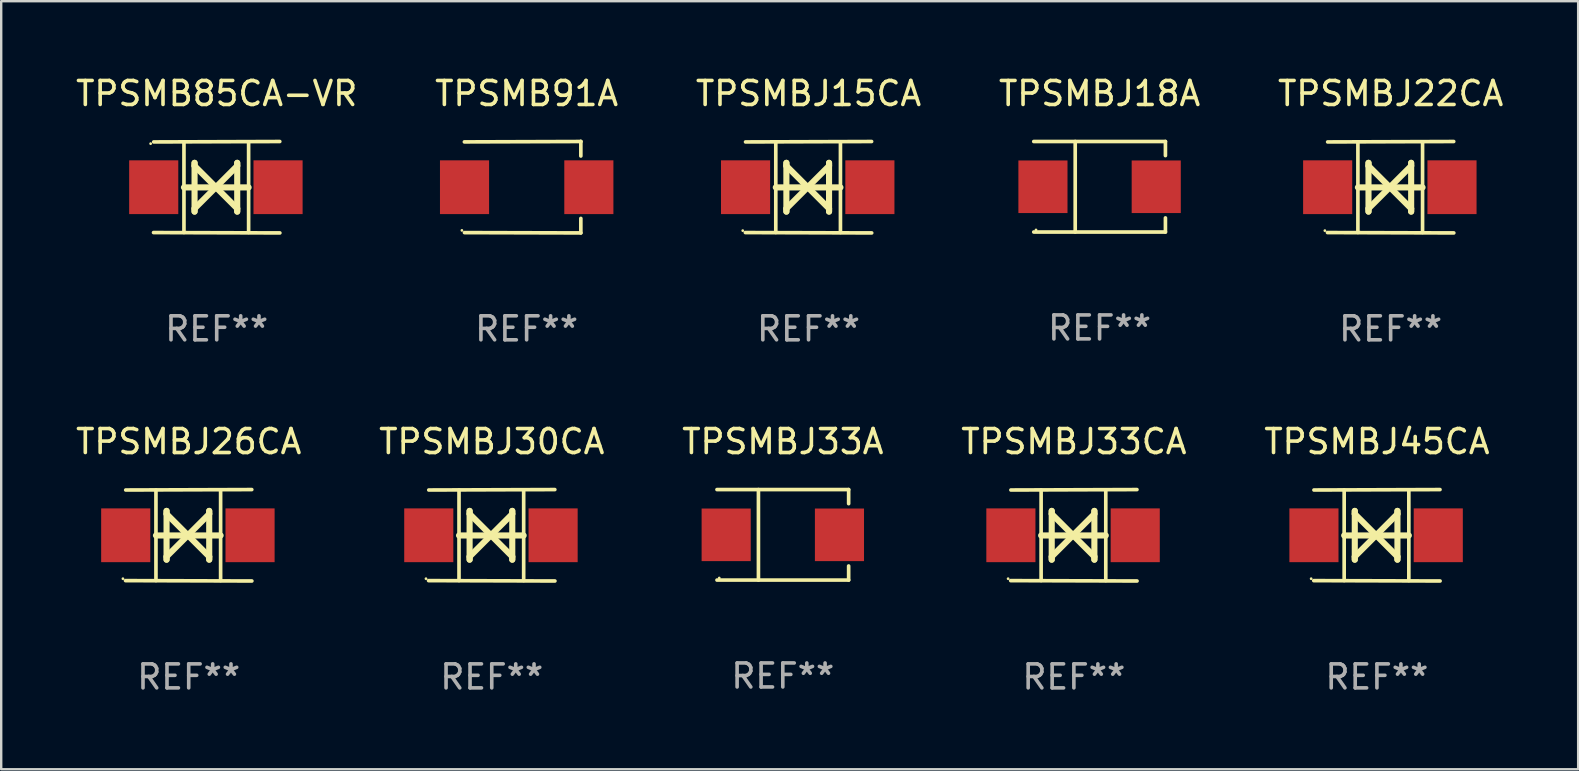
<source format=kicad_pcb>
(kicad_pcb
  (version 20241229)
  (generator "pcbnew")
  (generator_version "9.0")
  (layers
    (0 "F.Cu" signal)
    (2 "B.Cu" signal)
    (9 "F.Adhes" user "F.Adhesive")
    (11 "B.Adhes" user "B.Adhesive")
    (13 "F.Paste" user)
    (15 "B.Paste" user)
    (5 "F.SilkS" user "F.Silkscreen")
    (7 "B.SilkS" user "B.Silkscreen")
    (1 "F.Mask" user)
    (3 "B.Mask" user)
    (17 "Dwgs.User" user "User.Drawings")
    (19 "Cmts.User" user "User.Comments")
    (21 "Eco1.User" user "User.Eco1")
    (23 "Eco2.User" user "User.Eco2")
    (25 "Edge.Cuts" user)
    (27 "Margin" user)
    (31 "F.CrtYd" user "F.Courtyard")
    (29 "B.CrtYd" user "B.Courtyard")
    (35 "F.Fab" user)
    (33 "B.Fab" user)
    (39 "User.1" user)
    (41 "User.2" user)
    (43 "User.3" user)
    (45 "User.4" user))
  (footprint "TPSMBJ22CA"
    (layer "F.Cu")
    (at 54.911 4.753)
    (property "Reference" "TPSMBJ22CA" (at 0 -3.905 0) (layer "F.SilkS") (effects (font (size 1 1) (thickness 0.15))))
    (attr through_hole)
    (fp_line (start -1.365 1.886) (end -1.365 -1.886) (stroke (width 0.152) (type solid)) (layer "F.SilkS"))
    (fp_line (start -1.365 0.008) (end 1.33 0.008) (stroke (width 0.254) (type solid)) (layer "F.SilkS"))
    (fp_line (start -0.923 -1.016) (end -0.923 1.016) (stroke (width 0.254) (type solid)) (layer "F.SilkS"))
    (fp_line (start -0.923 -0.889) (end -0.923 -1.016) (stroke (width 0.254) (type solid)) (layer "F.SilkS"))
    (fp_line (start -0.923 0.889) (end -0.034 0) (stroke (width 0.254) (type solid)) (layer "F.SilkS"))
    (fp_line (start -0.923 1.016) (end -0.923 0.889) (stroke (width 0.254) (type solid)) (layer "F.SilkS"))
    (fp_line (start -0.034 0) (end -0.923 -0.889) (stroke (width 0.254) (type solid)) (layer "F.SilkS"))
    (fp_line (start -0.034 0) (end 0.855 0.889) (stroke (width 0.254) (type solid)) (layer "F.SilkS"))
    (fp_line (start 0.855 -1.016) (end 0.855 -0.889) (stroke (width 0.254) (type solid)) (layer "F.SilkS"))
    (fp_line (start 0.855 -0.889) (end -0.034 0) (stroke (width 0.254) (type solid)) (layer "F.SilkS"))
    (fp_line (start 0.855 0.889) (end 0.855 1.016) (stroke (width 0.254) (type solid)) (layer "F.SilkS"))
    (fp_line (start 0.855 1.016) (end 0.855 -1.016) (stroke (width 0.254) (type solid)) (layer "F.SilkS"))
    (fp_line (start 1.33 1.886) (end 1.33 -1.886) (stroke (width 0.152) (type solid)) (layer "F.SilkS"))
    (fp_line (start 2.629 -1.905) (end -2.625 -1.887) (stroke (width 0.152) (type solid)) (layer "F.SilkS"))
    (fp_line (start 2.633 1.905) (end -2.633 1.89) (stroke (width 0.152) (type solid)) (layer "F.SilkS"))
    (fp_circle (center -2.741 1.81) (end -2.711 1.81) (stroke (width 0.06) (type solid)) (fill no) (layer "F.SilkS"))
    (fp_text user "REF**" (at 0 5.905 0) (layer "F.Fab") (effects (font (size 1 1) (thickness 0.15))))
    (pad "1" smd rect (at -2.625 0) (size 2.047 2.241) (layers "F.Cu" "F.Mask" "F.Paste"))
    (pad "2" smd rect (at 2.557 0) (size 2.047 2.241) (layers "F.Cu" "F.Mask" "F.Paste")))
  (footprint "TPSMBJ33CA"
    (layer "F.Cu")
    (at 41.708 19.26)
    (property "Reference" "TPSMBJ33CA" (at 0 -3.905 0) (layer "F.SilkS") (effects (font (size 1 1) (thickness 0.15))))
    (attr through_hole)
    (fp_line (start -1.365 1.886) (end -1.365 -1.886) (stroke (width 0.152) (type solid)) (layer "F.SilkS"))
    (fp_line (start -1.365 0.008) (end 1.33 0.008) (stroke (width 0.254) (type solid)) (layer "F.SilkS"))
    (fp_line (start -0.923 -1.016) (end -0.923 1.016) (stroke (width 0.254) (type solid)) (layer "F.SilkS"))
    (fp_line (start -0.923 -0.889) (end -0.923 -1.016) (stroke (width 0.254) (type solid)) (layer "F.SilkS"))
    (fp_line (start -0.923 0.889) (end -0.034 0) (stroke (width 0.254) (type solid)) (layer "F.SilkS"))
    (fp_line (start -0.923 1.016) (end -0.923 0.889) (stroke (width 0.254) (type solid)) (layer "F.SilkS"))
    (fp_line (start -0.034 0) (end -0.923 -0.889) (stroke (width 0.254) (type solid)) (layer "F.SilkS"))
    (fp_line (start -0.034 0) (end 0.855 0.889) (stroke (width 0.254) (type solid)) (layer "F.SilkS"))
    (fp_line (start 0.855 -1.016) (end 0.855 -0.889) (stroke (width 0.254) (type solid)) (layer "F.SilkS"))
    (fp_line (start 0.855 -0.889) (end -0.034 0) (stroke (width 0.254) (type solid)) (layer "F.SilkS"))
    (fp_line (start 0.855 0.889) (end 0.855 1.016) (stroke (width 0.254) (type solid)) (layer "F.SilkS"))
    (fp_line (start 0.855 1.016) (end 0.855 -1.016) (stroke (width 0.254) (type solid)) (layer "F.SilkS"))
    (fp_line (start 1.33 1.886) (end 1.33 -1.886) (stroke (width 0.152) (type solid)) (layer "F.SilkS"))
    (fp_line (start 2.629 -1.905) (end -2.625 -1.887) (stroke (width 0.152) (type solid)) (layer "F.SilkS"))
    (fp_line (start 2.633 1.905) (end -2.633 1.89) (stroke (width 0.152) (type solid)) (layer "F.SilkS"))
    (fp_circle (center -2.741 1.81) (end -2.711 1.81) (stroke (width 0.06) (type solid)) (fill no) (layer "F.SilkS"))
    (fp_text user "REF**" (at 0 5.905 0) (layer "F.Fab") (effects (font (size 1 1) (thickness 0.15))))
    (pad "1" smd rect (at -2.625 0) (size 2.047 2.241) (layers "F.Cu" "F.Mask" "F.Paste"))
    (pad "2" smd rect (at 2.557 0) (size 2.047 2.241) (layers "F.Cu" "F.Mask" "F.Paste")))
  (footprint "TPSMBJ26CA"
    (layer "F.Cu")
    (at 4.815 19.26)
    (property "Reference" "TPSMBJ26CA" (at 0 -3.905 0) (layer "F.SilkS") (effects (font (size 1 1) (thickness 0.15))))
    (attr through_hole)
    (fp_line (start -1.365 1.886) (end -1.365 -1.886) (stroke (width 0.152) (type solid)) (layer "F.SilkS"))
    (fp_line (start -1.365 0.008) (end 1.33 0.008) (stroke (width 0.254) (type solid)) (layer "F.SilkS"))
    (fp_line (start -0.923 -1.016) (end -0.923 1.016) (stroke (width 0.254) (type solid)) (layer "F.SilkS"))
    (fp_line (start -0.923 -0.889) (end -0.923 -1.016) (stroke (width 0.254) (type solid)) (layer "F.SilkS"))
    (fp_line (start -0.923 0.889) (end -0.034 0) (stroke (width 0.254) (type solid)) (layer "F.SilkS"))
    (fp_line (start -0.923 1.016) (end -0.923 0.889) (stroke (width 0.254) (type solid)) (layer "F.SilkS"))
    (fp_line (start -0.034 0) (end -0.923 -0.889) (stroke (width 0.254) (type solid)) (layer "F.SilkS"))
    (fp_line (start -0.034 0) (end 0.855 0.889) (stroke (width 0.254) (type solid)) (layer "F.SilkS"))
    (fp_line (start 0.855 -1.016) (end 0.855 -0.889) (stroke (width 0.254) (type solid)) (layer "F.SilkS"))
    (fp_line (start 0.855 -0.889) (end -0.034 0) (stroke (width 0.254) (type solid)) (layer "F.SilkS"))
    (fp_line (start 0.855 0.889) (end 0.855 1.016) (stroke (width 0.254) (type solid)) (layer "F.SilkS"))
    (fp_line (start 0.855 1.016) (end 0.855 -1.016) (stroke (width 0.254) (type solid)) (layer "F.SilkS"))
    (fp_line (start 1.33 1.886) (end 1.33 -1.886) (stroke (width 0.152) (type solid)) (layer "F.SilkS"))
    (fp_line (start 2.629 -1.905) (end -2.625 -1.887) (stroke (width 0.152) (type solid)) (layer "F.SilkS"))
    (fp_line (start 2.633 1.905) (end -2.633 1.89) (stroke (width 0.152) (type solid)) (layer "F.SilkS"))
    (fp_circle (center -2.741 1.81) (end -2.711 1.81) (stroke (width 0.06) (type solid)) (fill no) (layer "F.SilkS"))
    (fp_text user "REF**" (at 0 5.905 0) (layer "F.Fab") (effects (font (size 1 1) (thickness 0.15))))
    (pad "1" smd rect (at -2.625 0) (size 2.047 2.241) (layers "F.Cu" "F.Mask" "F.Paste"))
    (pad "2" smd rect (at 2.557 0) (size 2.047 2.241) (layers "F.Cu" "F.Mask" "F.Paste")))
  (footprint "TPSMBJ45CA"
    (layer "F.Cu")
    (at 54.339 19.26)
    (property "Reference" "TPSMBJ45CA" (at 0 -3.905 0) (layer "F.SilkS") (effects (font (size 1 1) (thickness 0.15))))
    (attr through_hole)
    (fp_line (start -1.365 1.886) (end -1.365 -1.886) (stroke (width 0.152) (type solid)) (layer "F.SilkS"))
    (fp_line (start -1.365 0.008) (end 1.33 0.008) (stroke (width 0.254) (type solid)) (layer "F.SilkS"))
    (fp_line (start -0.923 -1.016) (end -0.923 1.016) (stroke (width 0.254) (type solid)) (layer "F.SilkS"))
    (fp_line (start -0.923 -0.889) (end -0.923 -1.016) (stroke (width 0.254) (type solid)) (layer "F.SilkS"))
    (fp_line (start -0.923 0.889) (end -0.034 0) (stroke (width 0.254) (type solid)) (layer "F.SilkS"))
    (fp_line (start -0.923 1.016) (end -0.923 0.889) (stroke (width 0.254) (type solid)) (layer "F.SilkS"))
    (fp_line (start -0.034 0) (end -0.923 -0.889) (stroke (width 0.254) (type solid)) (layer "F.SilkS"))
    (fp_line (start -0.034 0) (end 0.855 0.889) (stroke (width 0.254) (type solid)) (layer "F.SilkS"))
    (fp_line (start 0.855 -1.016) (end 0.855 -0.889) (stroke (width 0.254) (type solid)) (layer "F.SilkS"))
    (fp_line (start 0.855 -0.889) (end -0.034 0) (stroke (width 0.254) (type solid)) (layer "F.SilkS"))
    (fp_line (start 0.855 0.889) (end 0.855 1.016) (stroke (width 0.254) (type solid)) (layer "F.SilkS"))
    (fp_line (start 0.855 1.016) (end 0.855 -1.016) (stroke (width 0.254) (type solid)) (layer "F.SilkS"))
    (fp_line (start 1.33 1.886) (end 1.33 -1.886) (stroke (width 0.152) (type solid)) (layer "F.SilkS"))
    (fp_line (start 2.629 -1.905) (end -2.625 -1.887) (stroke (width 0.152) (type solid)) (layer "F.SilkS"))
    (fp_line (start 2.633 1.905) (end -2.633 1.89) (stroke (width 0.152) (type solid)) (layer "F.SilkS"))
    (fp_circle (center -2.741 1.81) (end -2.711 1.81) (stroke (width 0.06) (type solid)) (fill no) (layer "F.SilkS"))
    (fp_text user "REF**" (at 0 5.905 0) (layer "F.Fab") (effects (font (size 1 1) (thickness 0.15))))
    (pad "1" smd rect (at -2.625 0) (size 2.047 2.241) (layers "F.Cu" "F.Mask" "F.Paste"))
    (pad "2" smd rect (at 2.557 0) (size 2.047 2.241) (layers "F.Cu" "F.Mask" "F.Paste")))
  (footprint "TPSMBJ33A"
    (layer "F.Cu")
    (at 29.577 19.241)
    (property "Reference" "TPSMBJ33A" (at 0 -3.886 0) (layer "F.SilkS") (effects (font (size 1 1) (thickness 0.15))))
    (attr through_hole)
    (fp_line (start -2.744 -1.886) (end 2.744 -1.886) (stroke (width 0.152) (type solid)) (layer "F.SilkS"))
    (fp_line (start -2.744 1.886) (end 2.744 1.886) (stroke (width 0.152) (type solid)) (layer "F.SilkS"))
    (fp_line (start -1.016 -1.886) (end -1.016 1.886) (stroke (width 0.152) (type solid)) (layer "F.SilkS"))
    (fp_line (start 2.744 -1.886) (end 2.744 -1.299) (stroke (width 0.152) (type solid)) (layer "F.SilkS"))
    (fp_line (start 2.744 1.886) (end 2.744 1.299) (stroke (width 0.152) (type solid)) (layer "F.SilkS"))
    (fp_circle (center -2.65 1.8) (end -2.62 1.8) (stroke (width 0.06) (type solid)) (fill no) (layer "F.SilkS"))
    (fp_text user "REF**" (at 0 5.886 0) (layer "F.Fab") (effects (font (size 1 1) (thickness 0.15))))
    (pad "1" smd rect (at -2.361 0) (size 2.047 2.192) (layers "F.Cu" "F.Mask" "F.Paste"))
    (pad "2" smd rect (at 2.361 0) (size 2.047 2.192) (layers "F.Cu" "F.Mask" "F.Paste")))
  (footprint "TPSMBJ30CA"
    (layer "F.Cu")
    (at 17.446 19.26)
    (property "Reference" "TPSMBJ30CA" (at 0 -3.905 0) (layer "F.SilkS") (effects (font (size 1 1) (thickness 0.15))))
    (attr through_hole)
    (fp_line (start -1.365 1.886) (end -1.365 -1.886) (stroke (width 0.152) (type solid)) (layer "F.SilkS"))
    (fp_line (start -1.365 0.008) (end 1.33 0.008) (stroke (width 0.254) (type solid)) (layer "F.SilkS"))
    (fp_line (start -0.923 -1.016) (end -0.923 1.016) (stroke (width 0.254) (type solid)) (layer "F.SilkS"))
    (fp_line (start -0.923 -0.889) (end -0.923 -1.016) (stroke (width 0.254) (type solid)) (layer "F.SilkS"))
    (fp_line (start -0.923 0.889) (end -0.034 0) (stroke (width 0.254) (type solid)) (layer "F.SilkS"))
    (fp_line (start -0.923 1.016) (end -0.923 0.889) (stroke (width 0.254) (type solid)) (layer "F.SilkS"))
    (fp_line (start -0.034 0) (end -0.923 -0.889) (stroke (width 0.254) (type solid)) (layer "F.SilkS"))
    (fp_line (start -0.034 0) (end 0.855 0.889) (stroke (width 0.254) (type solid)) (layer "F.SilkS"))
    (fp_line (start 0.855 -1.016) (end 0.855 -0.889) (stroke (width 0.254) (type solid)) (layer "F.SilkS"))
    (fp_line (start 0.855 -0.889) (end -0.034 0) (stroke (width 0.254) (type solid)) (layer "F.SilkS"))
    (fp_line (start 0.855 0.889) (end 0.855 1.016) (stroke (width 0.254) (type solid)) (layer "F.SilkS"))
    (fp_line (start 0.855 1.016) (end 0.855 -1.016) (stroke (width 0.254) (type solid)) (layer "F.SilkS"))
    (fp_line (start 1.33 1.886) (end 1.33 -1.886) (stroke (width 0.152) (type solid)) (layer "F.SilkS"))
    (fp_line (start 2.629 -1.905) (end -2.625 -1.887) (stroke (width 0.152) (type solid)) (layer "F.SilkS"))
    (fp_line (start 2.633 1.905) (end -2.633 1.89) (stroke (width 0.152) (type solid)) (layer "F.SilkS"))
    (fp_circle (center -2.741 1.81) (end -2.711 1.81) (stroke (width 0.06) (type solid)) (fill no) (layer "F.SilkS"))
    (fp_text user "REF**" (at 0 5.905 0) (layer "F.Fab") (effects (font (size 1 1) (thickness 0.15))))
    (pad "1" smd rect (at -2.625 0) (size 2.047 2.241) (layers "F.Cu" "F.Mask" "F.Paste"))
    (pad "2" smd rect (at 2.557 0) (size 2.047 2.241) (layers "F.Cu" "F.Mask" "F.Paste")))
  (footprint "TPSMBJ15CA"
    (layer "F.Cu")
    (at 30.649 4.753)
    (property "Reference" "TPSMBJ15CA" (at 0 -3.905 0) (layer "F.SilkS") (effects (font (size 1 1) (thickness 0.15))))
    (attr through_hole)
    (fp_line (start -1.365 1.886) (end -1.365 -1.886) (stroke (width 0.152) (type solid)) (layer "F.SilkS"))
    (fp_line (start -1.365 0.008) (end 1.33 0.008) (stroke (width 0.254) (type solid)) (layer "F.SilkS"))
    (fp_line (start -0.923 -1.016) (end -0.923 1.016) (stroke (width 0.254) (type solid)) (layer "F.SilkS"))
    (fp_line (start -0.923 -0.889) (end -0.923 -1.016) (stroke (width 0.254) (type solid)) (layer "F.SilkS"))
    (fp_line (start -0.923 0.889) (end -0.034 0) (stroke (width 0.254) (type solid)) (layer "F.SilkS"))
    (fp_line (start -0.923 1.016) (end -0.923 0.889) (stroke (width 0.254) (type solid)) (layer "F.SilkS"))
    (fp_line (start -0.034 0) (end -0.923 -0.889) (stroke (width 0.254) (type solid)) (layer "F.SilkS"))
    (fp_line (start -0.034 0) (end 0.855 0.889) (stroke (width 0.254) (type solid)) (layer "F.SilkS"))
    (fp_line (start 0.855 -1.016) (end 0.855 -0.889) (stroke (width 0.254) (type solid)) (layer "F.SilkS"))
    (fp_line (start 0.855 -0.889) (end -0.034 0) (stroke (width 0.254) (type solid)) (layer "F.SilkS"))
    (fp_line (start 0.855 0.889) (end 0.855 1.016) (stroke (width 0.254) (type solid)) (layer "F.SilkS"))
    (fp_line (start 0.855 1.016) (end 0.855 -1.016) (stroke (width 0.254) (type solid)) (layer "F.SilkS"))
    (fp_line (start 1.33 1.886) (end 1.33 -1.886) (stroke (width 0.152) (type solid)) (layer "F.SilkS"))
    (fp_line (start 2.629 -1.905) (end -2.625 -1.887) (stroke (width 0.152) (type solid)) (layer "F.SilkS"))
    (fp_line (start 2.633 1.905) (end -2.633 1.89) (stroke (width 0.152) (type solid)) (layer "F.SilkS"))
    (fp_circle (center -2.741 1.81) (end -2.711 1.81) (stroke (width 0.06) (type solid)) (fill no) (layer "F.SilkS"))
    (fp_text user "REF**" (at 0 5.905 0) (layer "F.Fab") (effects (font (size 1 1) (thickness 0.15))))
    (pad "1" smd rect (at -2.625 0) (size 2.047 2.241) (layers "F.Cu" "F.Mask" "F.Paste"))
    (pad "2" smd rect (at 2.557 0) (size 2.047 2.241) (layers "F.Cu" "F.Mask" "F.Paste")))
  (footprint "TPSMB91A"
    (layer "F.Cu")
    (at 18.899 4.753)
    (property "Reference" "TPSMB91A" (at 0 -3.905 0) (layer "F.SilkS") (effects (font (size 1 1) (thickness 0.15))))
    (attr through_hole)
    (fp_line (start 2.256 -1.905) (end -2.594 -1.889) (stroke (width 0.152) (type solid)) (layer "F.SilkS"))
    (fp_line (start 2.256 -1.905) (end 2.26 -1.905) (stroke (width 0.152) (type solid)) (layer "F.SilkS"))
    (fp_line (start 2.26 -1.905) (end 2.26 -1.301) (stroke (width 0.152) (type solid)) (layer "F.SilkS"))
    (fp_line (start 2.26 1.301) (end 2.26 1.905) (stroke (width 0.152) (type solid)) (layer "F.SilkS"))
    (fp_line (start 2.26 1.905) (end -2.59 1.892) (stroke (width 0.152) (type solid)) (layer "F.SilkS"))
    (fp_circle (center -2.697 1.8) (end -2.667 1.8) (stroke (width 0.06) (type solid)) (fill no) (layer "F.SilkS"))
    (fp_text user "REF**" (at 0 5.905 0) (layer "F.Fab") (effects (font (size 1 1) (thickness 0.15))))
    (pad "1" smd rect (at -2.588 0) (size 2.047 2.241) (layers "F.Cu" "F.Mask" "F.Paste"))
    (pad "2" smd rect (at 2.594 0) (size 2.047 2.241) (layers "F.Cu" "F.Mask" "F.Paste")))
  (footprint "TPSMB85CA-VR"
    (layer "F.Cu")
    (at 5.982 4.753)
    (property "Reference" "TPSMB85CA-VR" (at 0 -3.905 0) (layer "F.SilkS") (effects (font (size 1 1) (thickness 0.15))))
    (attr through_hole)
    (fp_line (start -1.365 1.886) (end -1.365 -1.886) (stroke (width 0.152) (type solid)) (layer "F.SilkS"))
    (fp_line (start -1.365 0.008) (end 1.33 0.008) (stroke (width 0.254) (type solid)) (layer "F.SilkS"))
    (fp_line (start -0.923 -1.016) (end -0.923 1.016) (stroke (width 0.254) (type solid)) (layer "F.SilkS"))
    (fp_line (start -0.923 -0.889) (end -0.923 -1.016) (stroke (width 0.254) (type solid)) (layer "F.SilkS"))
    (fp_line (start -0.923 0.889) (end -0.034 0) (stroke (width 0.254) (type solid)) (layer "F.SilkS"))
    (fp_line (start -0.923 1.016) (end -0.923 0.889) (stroke (width 0.254) (type solid)) (layer "F.SilkS"))
    (fp_line (start -0.034 0) (end -0.923 -0.889) (stroke (width 0.254) (type solid)) (layer "F.SilkS"))
    (fp_line (start -0.034 0) (end 0.855 0.889) (stroke (width 0.254) (type solid)) (layer "F.SilkS"))
    (fp_line (start 0.855 -1.016) (end 0.855 -0.889) (stroke (width 0.254) (type solid)) (layer "F.SilkS"))
    (fp_line (start 0.855 -0.889) (end -0.034 0) (stroke (width 0.254) (type solid)) (layer "F.SilkS"))
    (fp_line (start 0.855 0.889) (end 0.855 1.016) (stroke (width 0.254) (type solid)) (layer "F.SilkS"))
    (fp_line (start 0.855 1.016) (end 0.855 -1.016) (stroke (width 0.254) (type solid)) (layer "F.SilkS"))
    (fp_line (start 1.33 1.886) (end 1.33 -1.886) (stroke (width 0.152) (type solid)) (layer "F.SilkS"))
    (fp_line (start 2.629 -1.905) (end -2.625 -1.887) (stroke (width 0.152) (type solid)) (layer "F.SilkS"))
    (fp_line (start 2.633 1.905) (end -2.633 1.89) (stroke (width 0.152) (type solid)) (layer "F.SilkS"))
    (fp_circle (center -2.753 -1.816) (end -2.723 -1.816) (stroke (width 0.06) (type solid)) (fill no) (layer "F.SilkS"))
    (fp_text user "REF**" (at 0 5.905 0) (layer "F.Fab") (effects (font (size 1 1) (thickness 0.15))))
    (pad "1" smd rect (at -2.625 0) (size 2.047 2.241) (layers "F.Cu" "F.Mask" "F.Paste"))
    (pad "2" smd rect (at 2.557 0) (size 2.047 2.241) (layers "F.Cu" "F.Mask" "F.Paste")))
  (footprint "TPSMBJ18A"
    (layer "F.Cu")
    (at 42.78 4.734)
    (property "Reference" "TPSMBJ18A" (at 0 -3.886 0) (layer "F.SilkS") (effects (font (size 1 1) (thickness 0.15))))
    (attr through_hole)
    (fp_line (start -2.744 -1.886) (end 2.744 -1.886) (stroke (width 0.152) (type solid)) (layer "F.SilkS"))
    (fp_line (start -2.744 1.886) (end 2.744 1.886) (stroke (width 0.152) (type solid)) (layer "F.SilkS"))
    (fp_line (start -1.016 -1.886) (end -1.016 1.886) (stroke (width 0.152) (type solid)) (layer "F.SilkS"))
    (fp_line (start 2.744 -1.886) (end 2.744 -1.299) (stroke (width 0.152) (type solid)) (layer "F.SilkS"))
    (fp_line (start 2.744 1.886) (end 2.744 1.299) (stroke (width 0.152) (type solid)) (layer "F.SilkS"))
    (fp_circle (center -2.65 1.8) (end -2.62 1.8) (stroke (width 0.06) (type solid)) (fill no) (layer "F.SilkS"))
    (fp_text user "REF**" (at 0 5.886 0) (layer "F.Fab") (effects (font (size 1 1) (thickness 0.15))))
    (pad "1" smd rect (at -2.361 0) (size 2.047 2.192) (layers "F.Cu" "F.Mask" "F.Paste"))
    (pad "2" smd rect (at 2.361 0) (size 2.047 2.192) (layers "F.Cu" "F.Mask" "F.Paste")))
  (gr_rect
    (start -3 -3)
    (end 62.726 29.013)
    (stroke (width 0.1) (type default))
    (fill no)
    (layer "Edge.Cuts")))
</source>
